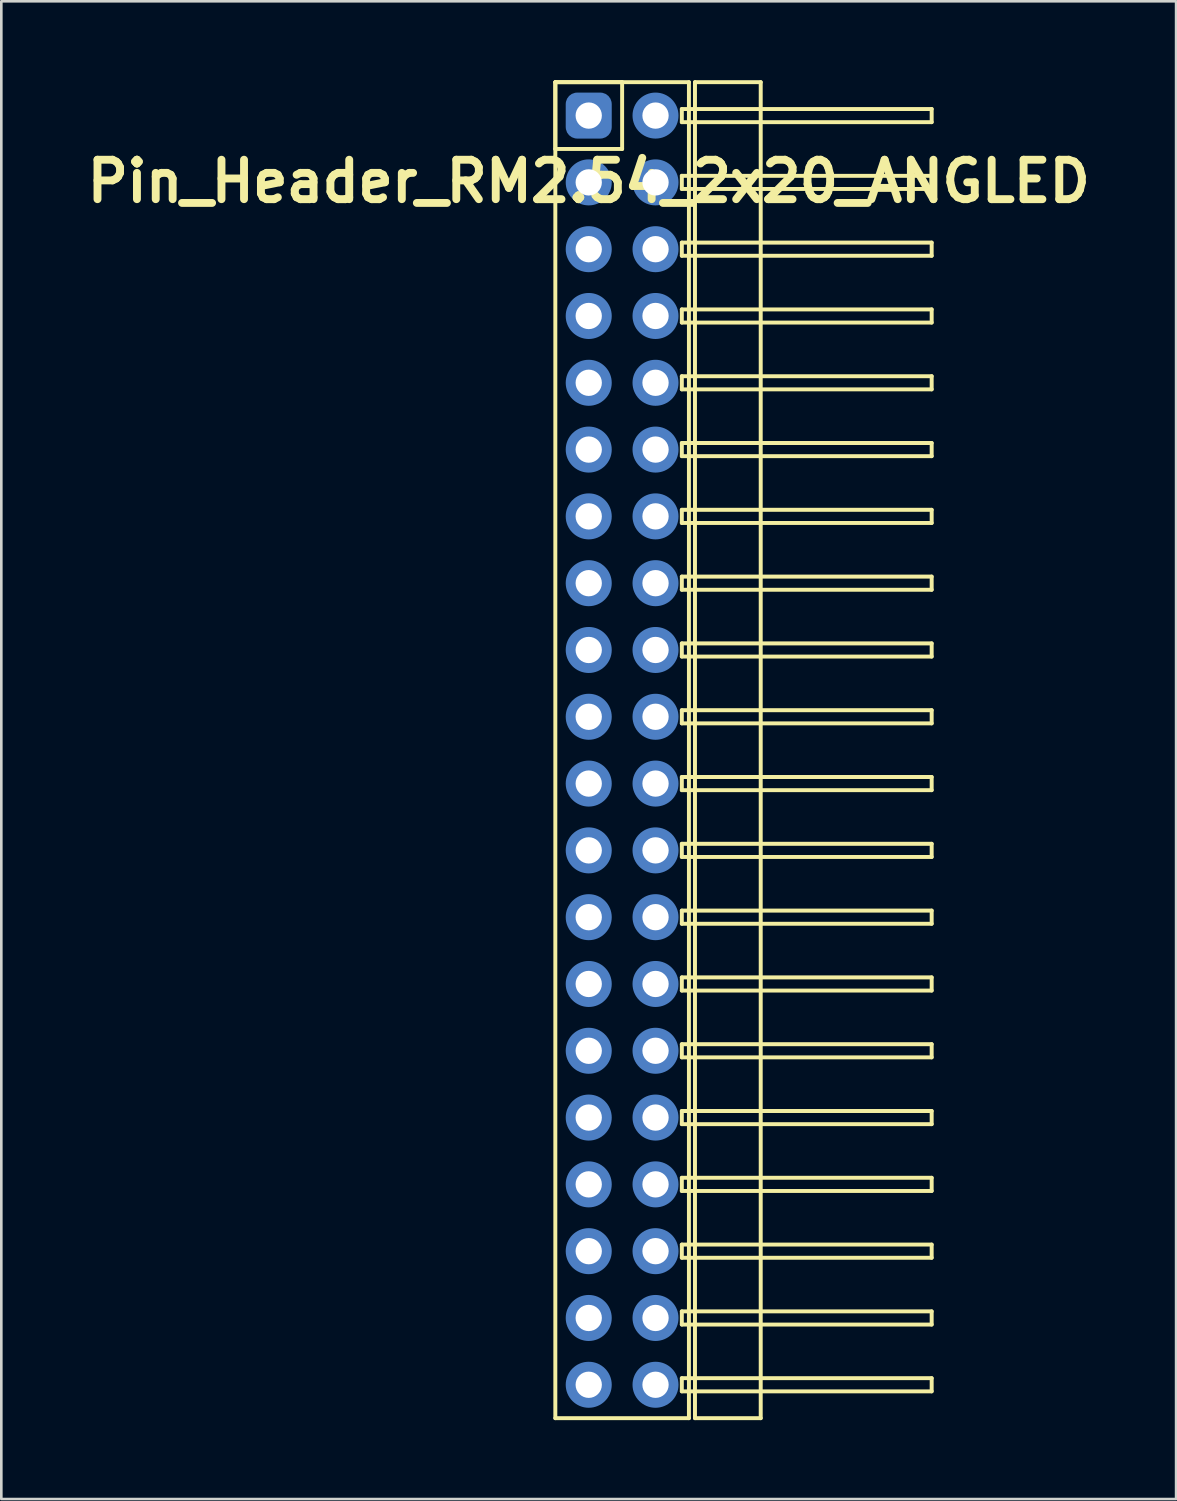
<source format=kicad_pcb>
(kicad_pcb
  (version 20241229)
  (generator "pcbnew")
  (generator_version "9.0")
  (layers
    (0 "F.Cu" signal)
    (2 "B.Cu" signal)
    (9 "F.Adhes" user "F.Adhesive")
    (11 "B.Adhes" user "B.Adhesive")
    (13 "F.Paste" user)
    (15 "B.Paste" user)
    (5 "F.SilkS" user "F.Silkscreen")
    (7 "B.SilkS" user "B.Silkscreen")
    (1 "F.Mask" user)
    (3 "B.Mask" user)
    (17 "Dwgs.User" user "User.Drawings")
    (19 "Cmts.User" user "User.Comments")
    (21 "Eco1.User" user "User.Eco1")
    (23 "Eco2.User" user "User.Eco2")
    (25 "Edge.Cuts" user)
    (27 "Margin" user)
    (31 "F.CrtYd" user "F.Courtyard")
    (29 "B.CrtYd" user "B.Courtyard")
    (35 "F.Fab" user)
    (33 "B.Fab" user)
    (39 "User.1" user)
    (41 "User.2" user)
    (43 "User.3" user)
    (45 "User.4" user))
  (footprint "Pin_Header_RM2.54_2x20_ANGLED"
    (layer "F.Cu")
    (at 19.336 1.345)
    (property "Reference" "Pin_Header_RM2.54_2x20_ANGLED" (at 0 2.5 0) (layer "F.SilkS") (effects (font (size 1.5 1.5) (thickness 0.3))))
    (attr through_hole)
    (fp_line (start -1.27 -1.27) (end 1.27 -1.27) (stroke (width 0.15) (type solid)) (layer "F.SilkS"))
    (fp_line (start -1.27 -1.27) (end 3.81 -1.27) (stroke (width 0.15) (type solid)) (layer "F.SilkS"))
    (fp_line (start -1.27 1.27) (end -1.27 -1.27) (stroke (width 0.15) (type solid)) (layer "F.SilkS"))
    (fp_line (start -1.27 49.53) (end -1.27 -1.27) (stroke (width 0.15) (type solid)) (layer "F.SilkS"))
    (fp_line (start 1.27 -1.27) (end 1.27 1.27) (stroke (width 0.15) (type solid)) (layer "F.SilkS"))
    (fp_line (start 1.27 1.27) (end -1.27 1.27) (stroke (width 0.15) (type solid)) (layer "F.SilkS"))
    (fp_line (start 3.54 -0.25) (end 13.04 -0.25) (stroke (width 0.15) (type solid)) (layer "F.SilkS"))
    (fp_line (start 3.54 0.25) (end 3.54 -0.25) (stroke (width 0.15) (type solid)) (layer "F.SilkS"))
    (fp_line (start 3.54 2.29) (end 13.04 2.29) (stroke (width 0.15) (type solid)) (layer "F.SilkS"))
    (fp_line (start 3.54 2.79) (end 3.54 2.29) (stroke (width 0.15) (type solid)) (layer "F.SilkS"))
    (fp_line (start 3.54 4.83) (end 13.04 4.83) (stroke (width 0.15) (type solid)) (layer "F.SilkS"))
    (fp_line (start 3.54 5.33) (end 3.54 4.83) (stroke (width 0.15) (type solid)) (layer "F.SilkS"))
    (fp_line (start 3.54 7.37) (end 13.04 7.37) (stroke (width 0.15) (type solid)) (layer "F.SilkS"))
    (fp_line (start 3.54 7.87) (end 3.54 7.37) (stroke (width 0.15) (type solid)) (layer "F.SilkS"))
    (fp_line (start 3.54 9.91) (end 13.04 9.91) (stroke (width 0.15) (type solid)) (layer "F.SilkS"))
    (fp_line (start 3.54 10.41) (end 3.54 9.91) (stroke (width 0.15) (type solid)) (layer "F.SilkS"))
    (fp_line (start 3.54 12.45) (end 13.04 12.45) (stroke (width 0.15) (type solid)) (layer "F.SilkS"))
    (fp_line (start 3.54 12.95) (end 3.54 12.45) (stroke (width 0.15) (type solid)) (layer "F.SilkS"))
    (fp_line (start 3.54 14.99) (end 13.04 14.99) (stroke (width 0.15) (type solid)) (layer "F.SilkS"))
    (fp_line (start 3.54 15.49) (end 3.54 14.99) (stroke (width 0.15) (type solid)) (layer "F.SilkS"))
    (fp_line (start 3.54 17.53) (end 13.04 17.53) (stroke (width 0.15) (type solid)) (layer "F.SilkS"))
    (fp_line (start 3.54 18.03) (end 3.54 17.53) (stroke (width 0.15) (type solid)) (layer "F.SilkS"))
    (fp_line (start 3.54 20.07) (end 13.04 20.07) (stroke (width 0.15) (type solid)) (layer "F.SilkS"))
    (fp_line (start 3.54 20.57) (end 3.54 20.07) (stroke (width 0.15) (type solid)) (layer "F.SilkS"))
    (fp_line (start 3.54 22.61) (end 13.04 22.61) (stroke (width 0.15) (type solid)) (layer "F.SilkS"))
    (fp_line (start 3.54 23.11) (end 3.54 22.61) (stroke (width 0.15) (type solid)) (layer "F.SilkS"))
    (fp_line (start 3.54 25.15) (end 13.04 25.15) (stroke (width 0.15) (type solid)) (layer "F.SilkS"))
    (fp_line (start 3.54 25.65) (end 3.54 25.15) (stroke (width 0.15) (type solid)) (layer "F.SilkS"))
    (fp_line (start 3.54 27.69) (end 13.04 27.69) (stroke (width 0.15) (type solid)) (layer "F.SilkS"))
    (fp_line (start 3.54 28.19) (end 3.54 27.69) (stroke (width 0.15) (type solid)) (layer "F.SilkS"))
    (fp_line (start 3.54 30.23) (end 13.04 30.23) (stroke (width 0.15) (type solid)) (layer "F.SilkS"))
    (fp_line (start 3.54 30.73) (end 3.54 30.23) (stroke (width 0.15) (type solid)) (layer "F.SilkS"))
    (fp_line (start 3.54 32.77) (end 13.04 32.77) (stroke (width 0.15) (type solid)) (layer "F.SilkS"))
    (fp_line (start 3.54 33.27) (end 3.54 32.77) (stroke (width 0.15) (type solid)) (layer "F.SilkS"))
    (fp_line (start 3.54 35.31) (end 13.04 35.31) (stroke (width 0.15) (type solid)) (layer "F.SilkS"))
    (fp_line (start 3.54 35.81) (end 3.54 35.31) (stroke (width 0.15) (type solid)) (layer "F.SilkS"))
    (fp_line (start 3.54 37.85) (end 13.04 37.85) (stroke (width 0.15) (type solid)) (layer "F.SilkS"))
    (fp_line (start 3.54 38.35) (end 3.54 37.85) (stroke (width 0.15) (type solid)) (layer "F.SilkS"))
    (fp_line (start 3.54 40.39) (end 13.04 40.39) (stroke (width 0.15) (type solid)) (layer "F.SilkS"))
    (fp_line (start 3.54 40.89) (end 3.54 40.39) (stroke (width 0.15) (type solid)) (layer "F.SilkS"))
    (fp_line (start 3.54 42.93) (end 13.04 42.93) (stroke (width 0.15) (type solid)) (layer "F.SilkS"))
    (fp_line (start 3.54 43.43) (end 3.54 42.93) (stroke (width 0.15) (type solid)) (layer "F.SilkS"))
    (fp_line (start 3.54 45.47) (end 13.04 45.47) (stroke (width 0.15) (type solid)) (layer "F.SilkS"))
    (fp_line (start 3.54 45.97) (end 3.54 45.47) (stroke (width 0.15) (type solid)) (layer "F.SilkS"))
    (fp_line (start 3.54 48.01) (end 13.04 48.01) (stroke (width 0.15) (type solid)) (layer "F.SilkS"))
    (fp_line (start 3.54 48.51) (end 3.54 48.01) (stroke (width 0.15) (type solid)) (layer "F.SilkS"))
    (fp_line (start 3.81 -1.27) (end 3.81 49.53) (stroke (width 0.15) (type solid)) (layer "F.SilkS"))
    (fp_line (start 3.81 49.53) (end -1.27 49.53) (stroke (width 0.15) (type solid)) (layer "F.SilkS"))
    (fp_line (start 4.04 -1.27) (end 6.54 -1.27) (stroke (width 0.15) (type solid)) (layer "F.SilkS"))
    (fp_line (start 4.04 49.53) (end 4.04 -1.27) (stroke (width 0.15) (type solid)) (layer "F.SilkS"))
    (fp_line (start 6.54 -1.27) (end 6.54 49.53) (stroke (width 0.15) (type solid)) (layer "F.SilkS"))
    (fp_line (start 6.54 49.53) (end 4.04 49.53) (stroke (width 0.15) (type solid)) (layer "F.SilkS"))
    (fp_line (start 13.04 -0.25) (end 13.04 0.25) (stroke (width 0.15) (type solid)) (layer "F.SilkS"))
    (fp_line (start 13.04 0.25) (end 3.54 0.25) (stroke (width 0.15) (type solid)) (layer "F.SilkS"))
    (fp_line (start 13.04 2.29) (end 13.04 2.79) (stroke (width 0.15) (type solid)) (layer "F.SilkS"))
    (fp_line (start 13.04 2.79) (end 3.54 2.79) (stroke (width 0.15) (type solid)) (layer "F.SilkS"))
    (fp_line (start 13.04 4.83) (end 13.04 5.33) (stroke (width 0.15) (type solid)) (layer "F.SilkS"))
    (fp_line (start 13.04 5.33) (end 3.54 5.33) (stroke (width 0.15) (type solid)) (layer "F.SilkS"))
    (fp_line (start 13.04 7.37) (end 13.04 7.87) (stroke (width 0.15) (type solid)) (layer "F.SilkS"))
    (fp_line (start 13.04 7.87) (end 3.54 7.87) (stroke (width 0.15) (type solid)) (layer "F.SilkS"))
    (fp_line (start 13.04 9.91) (end 13.04 10.41) (stroke (width 0.15) (type solid)) (layer "F.SilkS"))
    (fp_line (start 13.04 10.41) (end 3.54 10.41) (stroke (width 0.15) (type solid)) (layer "F.SilkS"))
    (fp_line (start 13.04 12.45) (end 13.04 12.95) (stroke (width 0.15) (type solid)) (layer "F.SilkS"))
    (fp_line (start 13.04 12.95) (end 3.54 12.95) (stroke (width 0.15) (type solid)) (layer "F.SilkS"))
    (fp_line (start 13.04 14.99) (end 13.04 15.49) (stroke (width 0.15) (type solid)) (layer "F.SilkS"))
    (fp_line (start 13.04 15.49) (end 3.54 15.49) (stroke (width 0.15) (type solid)) (layer "F.SilkS"))
    (fp_line (start 13.04 17.53) (end 13.04 18.03) (stroke (width 0.15) (type solid)) (layer "F.SilkS"))
    (fp_line (start 13.04 18.03) (end 3.54 18.03) (stroke (width 0.15) (type solid)) (layer "F.SilkS"))
    (fp_line (start 13.04 20.07) (end 13.04 20.57) (stroke (width 0.15) (type solid)) (layer "F.SilkS"))
    (fp_line (start 13.04 20.57) (end 3.54 20.57) (stroke (width 0.15) (type solid)) (layer "F.SilkS"))
    (fp_line (start 13.04 22.61) (end 13.04 23.11) (stroke (width 0.15) (type solid)) (layer "F.SilkS"))
    (fp_line (start 13.04 23.11) (end 3.54 23.11) (stroke (width 0.15) (type solid)) (layer "F.SilkS"))
    (fp_line (start 13.04 25.15) (end 13.04 25.65) (stroke (width 0.15) (type solid)) (layer "F.SilkS"))
    (fp_line (start 13.04 25.65) (end 3.54 25.65) (stroke (width 0.15) (type solid)) (layer "F.SilkS"))
    (fp_line (start 13.04 27.69) (end 13.04 28.19) (stroke (width 0.15) (type solid)) (layer "F.SilkS"))
    (fp_line (start 13.04 28.19) (end 3.54 28.19) (stroke (width 0.15) (type solid)) (layer "F.SilkS"))
    (fp_line (start 13.04 30.23) (end 13.04 30.73) (stroke (width 0.15) (type solid)) (layer "F.SilkS"))
    (fp_line (start 13.04 30.73) (end 3.54 30.73) (stroke (width 0.15) (type solid)) (layer "F.SilkS"))
    (fp_line (start 13.04 32.77) (end 13.04 33.27) (stroke (width 0.15) (type solid)) (layer "F.SilkS"))
    (fp_line (start 13.04 33.27) (end 3.54 33.27) (stroke (width 0.15) (type solid)) (layer "F.SilkS"))
    (fp_line (start 13.04 35.31) (end 13.04 35.81) (stroke (width 0.15) (type solid)) (layer "F.SilkS"))
    (fp_line (start 13.04 35.81) (end 3.54 35.81) (stroke (width 0.15) (type solid)) (layer "F.SilkS"))
    (fp_line (start 13.04 37.85) (end 13.04 38.35) (stroke (width 0.15) (type solid)) (layer "F.SilkS"))
    (fp_line (start 13.04 38.35) (end 3.54 38.35) (stroke (width 0.15) (type solid)) (layer "F.SilkS"))
    (fp_line (start 13.04 40.39) (end 13.04 40.89) (stroke (width 0.15) (type solid)) (layer "F.SilkS"))
    (fp_line (start 13.04 40.89) (end 3.54 40.89) (stroke (width 0.15) (type solid)) (layer "F.SilkS"))
    (fp_line (start 13.04 42.93) (end 13.04 43.43) (stroke (width 0.15) (type solid)) (layer "F.SilkS"))
    (fp_line (start 13.04 43.43) (end 3.54 43.43) (stroke (width 0.15) (type solid)) (layer "F.SilkS"))
    (fp_line (start 13.04 45.47) (end 13.04 45.97) (stroke (width 0.15) (type solid)) (layer "F.SilkS"))
    (fp_line (start 13.04 45.97) (end 3.54 45.97) (stroke (width 0.15) (type solid)) (layer "F.SilkS"))
    (fp_line (start 13.04 48.01) (end 13.04 48.51) (stroke (width 0.15) (type solid)) (layer "F.SilkS"))
    (fp_line (start 13.04 48.51) (end 3.54 48.51) (stroke (width 0.15) (type solid)) (layer "F.SilkS"))
    (pad "1" thru_hole circle (at 0 0) (size 1.3 1.3) (drill 1) (layers "*.Cu" "*.Mask"))
    (pad "1" smd roundrect (at 0 0) (size 1.5 1.5) (layers "F.Cu" "F.Mask") (roundrect_rratio 0.25))
    (pad "1" smd roundrect (at 0 0) (size 1.75 1.75) (layers "B.Cu" "B.Mask") (roundrect_rratio 0.25))
    (pad "2" thru_hole circle (at 2.54 0) (size 1.3 1.3) (drill 1) (layers "*.Cu" "*.Mask"))
    (pad "2" smd circle (at 2.54 0) (size 1.5 1.5) (layers "F.Cu" "F.Mask"))
    (pad "2" smd circle (at 2.54 0) (size 1.75 1.75) (layers "B.Cu" "B.Mask"))
    (pad "3" thru_hole circle (at 0 2.54) (size 1.3 1.3) (drill 1) (layers "*.Cu" "*.Mask"))
    (pad "3" smd circle (at 0 2.54) (size 1.5 1.5) (layers "F.Cu" "F.Mask"))
    (pad "3" smd circle (at 0 2.54) (size 1.75 1.75) (layers "B.Cu" "B.Mask"))
    (pad "4" thru_hole circle (at 2.54 2.54) (size 1.3 1.3) (drill 1) (layers "*.Cu" "*.Mask"))
    (pad "4" smd circle (at 2.54 2.54) (size 1.5 1.5) (layers "F.Cu" "F.Mask"))
    (pad "4" smd circle (at 2.54 2.54) (size 1.75 1.75) (layers "B.Cu" "B.Mask"))
    (pad "5" thru_hole circle (at 0 5.08) (size 1.3 1.3) (drill 1) (layers "*.Cu" "*.Mask"))
    (pad "5" smd circle (at 0 5.08) (size 1.5 1.5) (layers "F.Cu" "F.Mask"))
    (pad "5" smd circle (at 0 5.08) (size 1.75 1.75) (layers "B.Cu" "B.Mask"))
    (pad "6" thru_hole circle (at 2.54 5.08) (size 1.3 1.3) (drill 1) (layers "*.Cu" "*.Mask"))
    (pad "6" smd circle (at 2.54 5.08) (size 1.5 1.5) (layers "F.Cu" "F.Mask"))
    (pad "6" smd circle (at 2.54 5.08) (size 1.75 1.75) (layers "B.Cu" "B.Mask"))
    (pad "7" thru_hole circle (at 0 7.62) (size 1.3 1.3) (drill 1) (layers "*.Cu" "*.Mask"))
    (pad "7" smd circle (at 0 7.62) (size 1.5 1.5) (layers "F.Cu" "F.Mask"))
    (pad "7" smd circle (at 0 7.62) (size 1.75 1.75) (layers "B.Cu" "B.Mask"))
    (pad "8" thru_hole circle (at 2.54 7.62) (size 1.3 1.3) (drill 1) (layers "*.Cu" "*.Mask"))
    (pad "8" smd circle (at 2.54 7.62) (size 1.5 1.5) (layers "F.Cu" "F.Mask"))
    (pad "8" smd circle (at 2.54 7.62) (size 1.75 1.75) (layers "B.Cu" "B.Mask"))
    (pad "9" thru_hole circle (at 0 10.16) (size 1.3 1.3) (drill 1) (layers "*.Cu" "*.Mask"))
    (pad "9" smd circle (at 0 10.16) (size 1.5 1.5) (layers "F.Cu" "F.Mask"))
    (pad "9" smd circle (at 0 10.16) (size 1.75 1.75) (layers "B.Cu" "B.Mask"))
    (pad "10" thru_hole circle (at 2.54 10.16) (size 1.3 1.3) (drill 1) (layers "*.Cu" "*.Mask"))
    (pad "10" smd circle (at 2.54 10.16) (size 1.5 1.5) (layers "F.Cu" "F.Mask"))
    (pad "10" smd circle (at 2.54 10.16) (size 1.75 1.75) (layers "B.Cu" "B.Mask"))
    (pad "11" thru_hole circle (at 0 12.7) (size 1.3 1.3) (drill 1) (layers "*.Cu" "*.Mask"))
    (pad "11" smd circle (at 0 12.7) (size 1.5 1.5) (layers "F.Cu" "F.Mask"))
    (pad "11" smd circle (at 0 12.7) (size 1.75 1.75) (layers "B.Cu" "B.Mask"))
    (pad "12" thru_hole circle (at 2.54 12.7) (size 1.3 1.3) (drill 1) (layers "*.Cu" "*.Mask"))
    (pad "12" smd circle (at 2.54 12.7) (size 1.5 1.5) (layers "F.Cu" "F.Mask"))
    (pad "12" smd circle (at 2.54 12.7) (size 1.75 1.75) (layers "B.Cu" "B.Mask"))
    (pad "13" thru_hole circle (at 0 15.24) (size 1.3 1.3) (drill 1) (layers "*.Cu" "*.Mask"))
    (pad "13" smd circle (at 0 15.24) (size 1.5 1.5) (layers "F.Cu" "F.Mask"))
    (pad "13" smd circle (at 0 15.24) (size 1.75 1.75) (layers "B.Cu" "B.Mask"))
    (pad "14" thru_hole circle (at 2.54 15.24) (size 1.3 1.3) (drill 1) (layers "*.Cu" "*.Mask"))
    (pad "14" smd circle (at 2.54 15.24) (size 1.5 1.5) (layers "F.Cu" "F.Mask"))
    (pad "14" smd circle (at 2.54 15.24) (size 1.75 1.75) (layers "B.Cu" "B.Mask"))
    (pad "15" thru_hole circle (at 0 17.78) (size 1.3 1.3) (drill 1) (layers "*.Cu" "*.Mask"))
    (pad "15" smd circle (at 0 17.78) (size 1.5 1.5) (layers "F.Cu" "F.Mask"))
    (pad "15" smd circle (at 0 17.78) (size 1.75 1.75) (layers "B.Cu" "B.Mask"))
    (pad "16" thru_hole circle (at 2.54 17.78) (size 1.3 1.3) (drill 1) (layers "*.Cu" "*.Mask"))
    (pad "16" smd circle (at 2.54 17.78) (size 1.5 1.5) (layers "F.Cu" "F.Mask"))
    (pad "16" smd circle (at 2.54 17.78) (size 1.75 1.75) (layers "B.Cu" "B.Mask"))
    (pad "17" thru_hole circle (at 0 20.32) (size 1.3 1.3) (drill 1) (layers "*.Cu" "*.Mask"))
    (pad "17" smd circle (at 0 20.32) (size 1.5 1.5) (layers "F.Cu" "F.Mask"))
    (pad "17" smd circle (at 0 20.32) (size 1.75 1.75) (layers "B.Cu" "B.Mask"))
    (pad "18" thru_hole circle (at 2.54 20.32) (size 1.3 1.3) (drill 1) (layers "*.Cu" "*.Mask"))
    (pad "18" smd circle (at 2.54 20.32) (size 1.5 1.5) (layers "F.Cu" "F.Mask"))
    (pad "18" smd circle (at 2.54 20.32) (size 1.75 1.75) (layers "B.Cu" "B.Mask"))
    (pad "19" thru_hole circle (at 0 22.86) (size 1.3 1.3) (drill 1) (layers "*.Cu" "*.Mask"))
    (pad "19" smd circle (at 0 22.86) (size 1.5 1.5) (layers "F.Cu" "F.Mask"))
    (pad "19" smd circle (at 0 22.86) (size 1.75 1.75) (layers "B.Cu" "B.Mask"))
    (pad "20" thru_hole circle (at 2.54 22.86) (size 1.3 1.3) (drill 1) (layers "*.Cu" "*.Mask"))
    (pad "20" smd circle (at 2.54 22.86) (size 1.5 1.5) (layers "F.Cu" "F.Mask"))
    (pad "20" smd circle (at 2.54 22.86) (size 1.75 1.75) (layers "B.Cu" "B.Mask"))
    (pad "21" thru_hole circle (at 0 25.4) (size 1.3 1.3) (drill 1) (layers "*.Cu" "*.Mask"))
    (pad "21" smd circle (at 0 25.4) (size 1.5 1.5) (layers "F.Cu" "F.Mask"))
    (pad "21" smd circle (at 0 25.4) (size 1.75 1.75) (layers "B.Cu" "B.Mask"))
    (pad "22" thru_hole circle (at 2.54 25.4) (size 1.3 1.3) (drill 1) (layers "*.Cu" "*.Mask"))
    (pad "22" smd circle (at 2.54 25.4) (size 1.5 1.5) (layers "F.Cu" "F.Mask"))
    (pad "22" smd circle (at 2.54 25.4) (size 1.75 1.75) (layers "B.Cu" "B.Mask"))
    (pad "23" thru_hole circle (at 0 27.94) (size 1.3 1.3) (drill 1) (layers "*.Cu" "*.Mask"))
    (pad "23" smd circle (at 0 27.94) (size 1.5 1.5) (layers "F.Cu" "F.Mask"))
    (pad "23" smd circle (at 0 27.94) (size 1.75 1.75) (layers "B.Cu" "B.Mask"))
    (pad "24" thru_hole circle (at 2.54 27.94) (size 1.3 1.3) (drill 1) (layers "*.Cu" "*.Mask"))
    (pad "24" smd circle (at 2.54 27.94) (size 1.5 1.5) (layers "F.Cu" "F.Mask"))
    (pad "24" smd circle (at 2.54 27.94) (size 1.75 1.75) (layers "B.Cu" "B.Mask"))
    (pad "25" thru_hole circle (at 0 30.48) (size 1.3 1.3) (drill 1) (layers "*.Cu" "*.Mask"))
    (pad "25" smd circle (at 0 30.48) (size 1.5 1.5) (layers "F.Cu" "F.Mask"))
    (pad "25" smd circle (at 0 30.48) (size 1.75 1.75) (layers "B.Cu" "B.Mask"))
    (pad "26" thru_hole circle (at 2.54 30.48) (size 1.3 1.3) (drill 1) (layers "*.Cu" "*.Mask"))
    (pad "26" smd circle (at 2.54 30.48) (size 1.5 1.5) (layers "F.Cu" "F.Mask"))
    (pad "26" smd circle (at 2.54 30.48) (size 1.75 1.75) (layers "B.Cu" "B.Mask"))
    (pad "27" thru_hole circle (at 0 33.02) (size 1.3 1.3) (drill 1) (layers "*.Cu" "*.Mask"))
    (pad "27" smd circle (at 0 33.02) (size 1.5 1.5) (layers "F.Cu" "F.Mask"))
    (pad "27" smd circle (at 0 33.02) (size 1.75 1.75) (layers "B.Cu" "B.Mask"))
    (pad "28" thru_hole circle (at 2.54 33.02) (size 1.3 1.3) (drill 1) (layers "*.Cu" "*.Mask"))
    (pad "28" smd circle (at 2.54 33.02) (size 1.5 1.5) (layers "F.Cu" "F.Mask"))
    (pad "28" smd circle (at 2.54 33.02) (size 1.75 1.75) (layers "B.Cu" "B.Mask"))
    (pad "29" thru_hole circle (at 0 35.56) (size 1.3 1.3) (drill 1) (layers "*.Cu" "*.Mask"))
    (pad "29" smd circle (at 0 35.56) (size 1.5 1.5) (layers "F.Cu" "F.Mask"))
    (pad "29" smd circle (at 0 35.56) (size 1.75 1.75) (layers "B.Cu" "B.Mask"))
    (pad "30" thru_hole circle (at 2.54 35.56) (size 1.3 1.3) (drill 1) (layers "*.Cu" "*.Mask"))
    (pad "30" smd circle (at 2.54 35.56) (size 1.5 1.5) (layers "F.Cu" "F.Mask"))
    (pad "30" smd circle (at 2.54 35.56) (size 1.75 1.75) (layers "B.Cu" "B.Mask"))
    (pad "31" thru_hole circle (at 0 38.1) (size 1.3 1.3) (drill 1) (layers "*.Cu" "*.Mask"))
    (pad "31" smd circle (at 0 38.1) (size 1.5 1.5) (layers "F.Cu" "F.Mask"))
    (pad "31" smd circle (at 0 38.1) (size 1.75 1.75) (layers "B.Cu" "B.Mask"))
    (pad "32" thru_hole circle (at 2.54 38.1) (size 1.3 1.3) (drill 1) (layers "*.Cu" "*.Mask"))
    (pad "32" smd circle (at 2.54 38.1) (size 1.5 1.5) (layers "F.Cu" "F.Mask"))
    (pad "32" smd circle (at 2.54 38.1) (size 1.75 1.75) (layers "B.Cu" "B.Mask"))
    (pad "33" thru_hole circle (at 0 40.64) (size 1.3 1.3) (drill 1) (layers "*.Cu" "*.Mask"))
    (pad "33" smd circle (at 0 40.64) (size 1.5 1.5) (layers "F.Cu" "F.Mask"))
    (pad "33" smd circle (at 0 40.64) (size 1.75 1.75) (layers "B.Cu" "B.Mask"))
    (pad "34" thru_hole circle (at 2.54 40.64) (size 1.3 1.3) (drill 1) (layers "*.Cu" "*.Mask"))
    (pad "34" smd circle (at 2.54 40.64) (size 1.5 1.5) (layers "F.Cu" "F.Mask"))
    (pad "34" smd circle (at 2.54 40.64) (size 1.75 1.75) (layers "B.Cu" "B.Mask"))
    (pad "35" thru_hole circle (at 0 43.18) (size 1.3 1.3) (drill 1) (layers "*.Cu" "*.Mask"))
    (pad "35" smd circle (at 0 43.18) (size 1.5 1.5) (layers "F.Cu" "F.Mask"))
    (pad "35" smd circle (at 0 43.18) (size 1.75 1.75) (layers "B.Cu" "B.Mask"))
    (pad "36" thru_hole circle (at 2.54 43.18) (size 1.3 1.3) (drill 1) (layers "*.Cu" "*.Mask"))
    (pad "36" smd circle (at 2.54 43.18) (size 1.5 1.5) (layers "F.Cu" "F.Mask"))
    (pad "36" smd circle (at 2.54 43.18) (size 1.75 1.75) (layers "B.Cu" "B.Mask"))
    (pad "37" thru_hole circle (at 0 45.72) (size 1.3 1.3) (drill 1) (layers "*.Cu" "*.Mask"))
    (pad "37" smd circle (at 0 45.72) (size 1.5 1.5) (layers "F.Cu" "F.Mask"))
    (pad "37" smd circle (at 0 45.72) (size 1.75 1.75) (layers "B.Cu" "B.Mask"))
    (pad "38" thru_hole circle (at 2.54 45.72) (size 1.3 1.3) (drill 1) (layers "*.Cu" "*.Mask"))
    (pad "38" smd circle (at 2.54 45.72) (size 1.5 1.5) (layers "F.Cu" "F.Mask"))
    (pad "38" smd circle (at 2.54 45.72) (size 1.75 1.75) (layers "B.Cu" "B.Mask"))
    (pad "39" thru_hole circle (at 0 48.26) (size 1.3 1.3) (drill 1) (layers "*.Cu" "*.Mask"))
    (pad "39" smd circle (at 0 48.26) (size 1.5 1.5) (layers "F.Cu" "F.Mask"))
    (pad "39" smd circle (at 0 48.26) (size 1.75 1.75) (layers "B.Cu" "B.Mask"))
    (pad "40" thru_hole circle (at 2.54 48.26) (size 1.3 1.3) (drill 1) (layers "*.Cu" "*.Mask"))
    (pad "40" smd circle (at 2.54 48.26) (size 1.5 1.5) (layers "F.Cu" "F.Mask"))
    (pad "40" smd circle (at 2.54 48.26) (size 1.75 1.75) (layers "B.Cu" "B.Mask")))
  (gr_rect
    (start -3 -3)
    (end 41.671 53.95)
    (stroke (width 0.1) (type default))
    (fill no)
    (layer "Edge.Cuts")))
</source>
